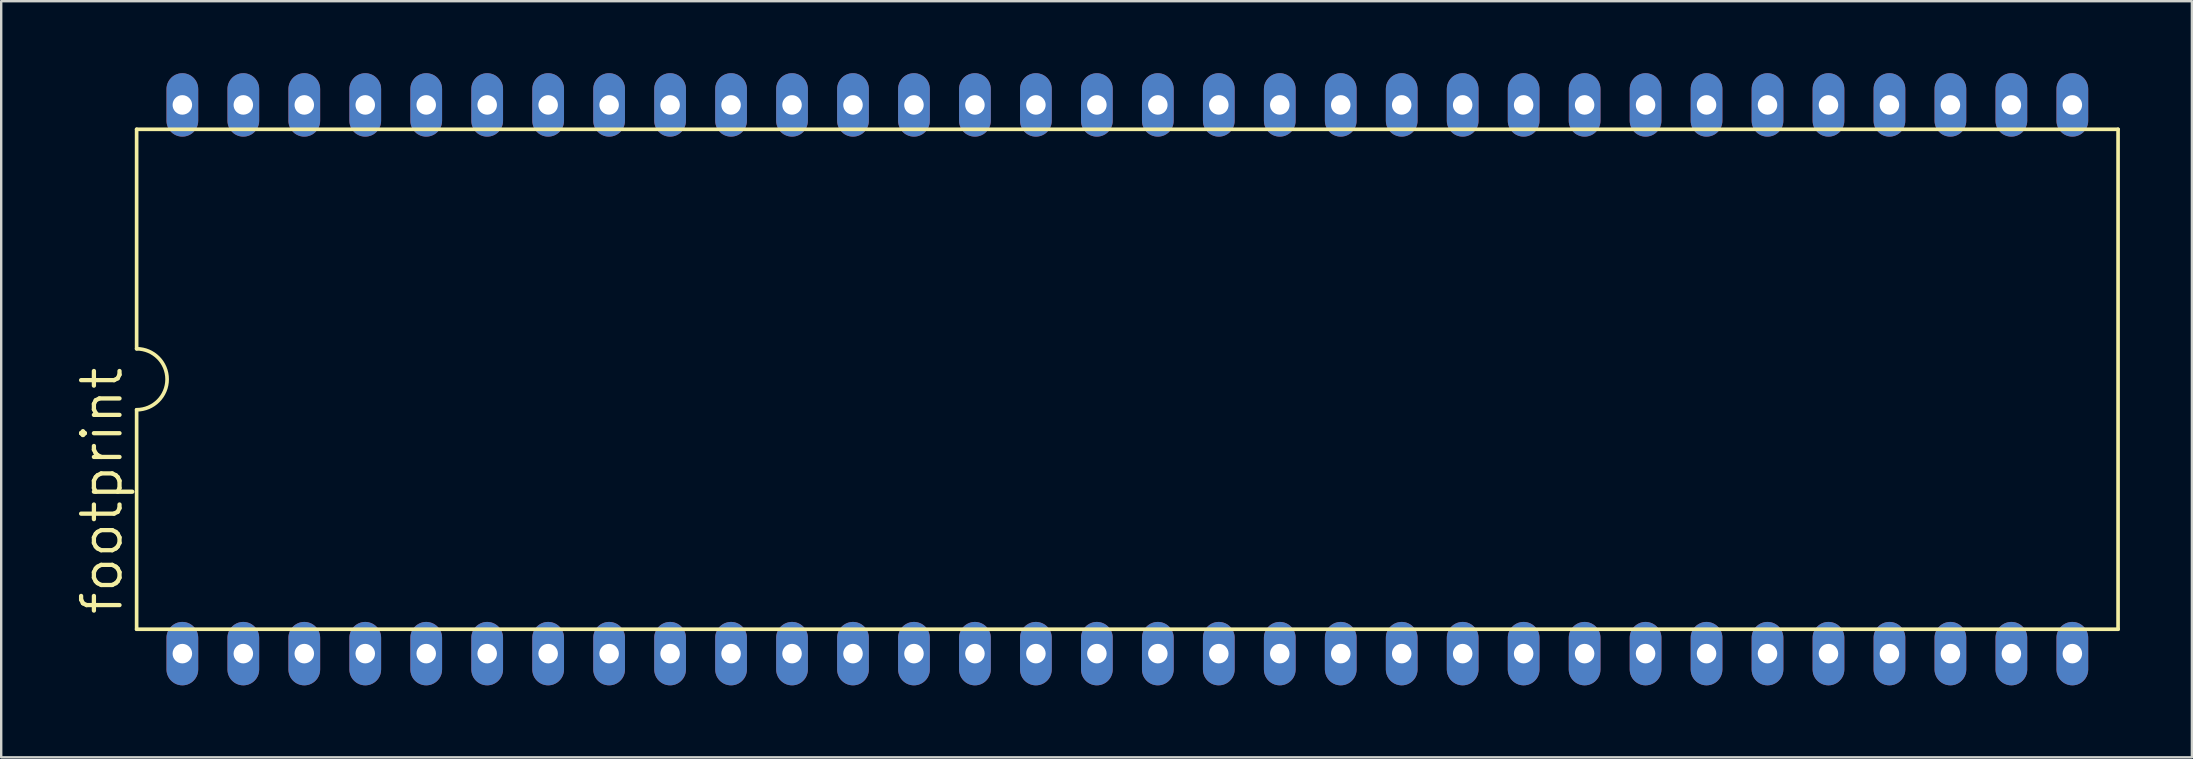
<source format=kicad_pcb>
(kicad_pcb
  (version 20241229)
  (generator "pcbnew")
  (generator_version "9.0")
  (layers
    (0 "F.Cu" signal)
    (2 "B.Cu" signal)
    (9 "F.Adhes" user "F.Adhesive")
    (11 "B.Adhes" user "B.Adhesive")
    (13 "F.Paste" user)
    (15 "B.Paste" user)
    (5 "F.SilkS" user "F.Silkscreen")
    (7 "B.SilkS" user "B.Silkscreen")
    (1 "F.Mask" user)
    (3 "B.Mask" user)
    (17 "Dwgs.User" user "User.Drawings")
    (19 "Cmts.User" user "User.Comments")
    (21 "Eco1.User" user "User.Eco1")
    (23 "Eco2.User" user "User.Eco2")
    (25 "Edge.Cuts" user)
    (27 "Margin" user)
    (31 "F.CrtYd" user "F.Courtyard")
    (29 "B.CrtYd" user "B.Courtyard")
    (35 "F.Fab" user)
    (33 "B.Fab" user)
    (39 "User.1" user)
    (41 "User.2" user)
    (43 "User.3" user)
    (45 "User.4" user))
  (footprint "footprint"
    (layer "F.Cu")
    (at 43.917 12.751)
    (property "Reference" "footprint" (at -41.783 9.906 90) (layer "F.SilkS") (effects (font (size 1.6 1.6) (thickness 0.178)) (justify left bottom)))
    (fp_line (start -41.275 -10.414) (end -41.275 -1.27) (stroke (width 0.152) (type solid)) (layer "F.SilkS"))
    (fp_line (start -41.275 -10.414) (end 41.275 -10.414) (stroke (width 0.152) (type solid)) (layer "F.SilkS"))
    (fp_line (start -41.275 1.27) (end -41.275 10.414) (stroke (width 0.152) (type solid)) (layer "F.SilkS"))
    (fp_line (start -41.275 10.414) (end 41.275 10.414) (stroke (width 0.152) (type solid)) (layer "F.SilkS"))
    (fp_line (start 41.275 10.414) (end 41.275 -10.414) (stroke (width 0.152) (type solid)) (layer "F.SilkS"))
    (fp_arc (start -41.275 -1.27) (mid -40.005 0) (end -41.275 1.27) (stroke (width 0.1524) (type solid)) (layer "F.SilkS"))
    (pad "1" thru_hole oval (at -39.37 11.43 90) (size 2.642 1.321) (drill 0.813) (layers "*.Cu" "*.Mask"))
    (pad "2" thru_hole oval (at -36.83 11.43 90) (size 2.642 1.321) (drill 0.813) (layers "*.Cu" "*.Mask"))
    (pad "3" thru_hole oval (at -34.29 11.43 90) (size 2.642 1.321) (drill 0.813) (layers "*.Cu" "*.Mask"))
    (pad "4" thru_hole oval (at -31.75 11.43 90) (size 2.642 1.321) (drill 0.813) (layers "*.Cu" "*.Mask"))
    (pad "5" thru_hole oval (at -29.21 11.43 90) (size 2.642 1.321) (drill 0.813) (layers "*.Cu" "*.Mask"))
    (pad "6" thru_hole oval (at -26.67 11.43 90) (size 2.642 1.321) (drill 0.813) (layers "*.Cu" "*.Mask"))
    (pad "7" thru_hole oval (at -24.13 11.43 90) (size 2.642 1.321) (drill 0.813) (layers "*.Cu" "*.Mask"))
    (pad "8" thru_hole oval (at -21.59 11.43 90) (size 2.642 1.321) (drill 0.813) (layers "*.Cu" "*.Mask"))
    (pad "9" thru_hole oval (at -19.05 11.43 90) (size 2.642 1.321) (drill 0.813) (layers "*.Cu" "*.Mask"))
    (pad "10" thru_hole oval (at -16.51 11.43 90) (size 2.642 1.321) (drill 0.813) (layers "*.Cu" "*.Mask"))
    (pad "11" thru_hole oval (at -13.97 11.43 90) (size 2.642 1.321) (drill 0.813) (layers "*.Cu" "*.Mask"))
    (pad "12" thru_hole oval (at -11.43 11.43 90) (size 2.642 1.321) (drill 0.813) (layers "*.Cu" "*.Mask"))
    (pad "13" thru_hole oval (at -8.89 11.43 90) (size 2.642 1.321) (drill 0.813) (layers "*.Cu" "*.Mask"))
    (pad "14" thru_hole oval (at -6.35 11.43 90) (size 2.642 1.321) (drill 0.813) (layers "*.Cu" "*.Mask"))
    (pad "15" thru_hole oval (at -3.81 11.43 90) (size 2.642 1.321) (drill 0.813) (layers "*.Cu" "*.Mask"))
    (pad "16" thru_hole oval (at -1.27 11.43 90) (size 2.642 1.321) (drill 0.813) (layers "*.Cu" "*.Mask"))
    (pad "17" thru_hole oval (at 1.27 11.43 90) (size 2.642 1.321) (drill 0.813) (layers "*.Cu" "*.Mask"))
    (pad "18" thru_hole oval (at 3.81 11.43 90) (size 2.642 1.321) (drill 0.813) (layers "*.Cu" "*.Mask"))
    (pad "19" thru_hole oval (at 6.35 11.43 90) (size 2.642 1.321) (drill 0.813) (layers "*.Cu" "*.Mask"))
    (pad "20" thru_hole oval (at 8.89 11.43 90) (size 2.642 1.321) (drill 0.813) (layers "*.Cu" "*.Mask"))
    (pad "21" thru_hole oval (at 11.43 11.43 90) (size 2.642 1.321) (drill 0.813) (layers "*.Cu" "*.Mask"))
    (pad "22" thru_hole oval (at 13.97 11.43 90) (size 2.642 1.321) (drill 0.813) (layers "*.Cu" "*.Mask"))
    (pad "23" thru_hole oval (at 16.51 11.43 90) (size 2.642 1.321) (drill 0.813) (layers "*.Cu" "*.Mask"))
    (pad "24" thru_hole oval (at 19.05 11.43 90) (size 2.642 1.321) (drill 0.813) (layers "*.Cu" "*.Mask"))
    (pad "25" thru_hole oval (at 21.59 11.43 90) (size 2.642 1.321) (drill 0.813) (layers "*.Cu" "*.Mask"))
    (pad "26" thru_hole oval (at 24.13 11.43 90) (size 2.642 1.321) (drill 0.813) (layers "*.Cu" "*.Mask"))
    (pad "27" thru_hole oval (at 26.67 11.43 90) (size 2.642 1.321) (drill 0.813) (layers "*.Cu" "*.Mask"))
    (pad "28" thru_hole oval (at 29.21 11.43 90) (size 2.642 1.321) (drill 0.813) (layers "*.Cu" "*.Mask"))
    (pad "29" thru_hole oval (at 31.75 11.43 90) (size 2.642 1.321) (drill 0.813) (layers "*.Cu" "*.Mask"))
    (pad "30" thru_hole oval (at 34.29 11.43 90) (size 2.642 1.321) (drill 0.813) (layers "*.Cu" "*.Mask"))
    (pad "31" thru_hole oval (at 36.83 11.43 90) (size 2.642 1.321) (drill 0.813) (layers "*.Cu" "*.Mask"))
    (pad "32" thru_hole oval (at 39.37 11.43 90) (size 2.642 1.321) (drill 0.813) (layers "*.Cu" "*.Mask"))
    (pad "33" thru_hole oval (at 39.37 -11.43 90) (size 2.642 1.321) (drill 0.813) (layers "*.Cu" "*.Mask"))
    (pad "34" thru_hole oval (at 36.83 -11.43 90) (size 2.642 1.321) (drill 0.813) (layers "*.Cu" "*.Mask"))
    (pad "35" thru_hole oval (at 34.29 -11.43 90) (size 2.642 1.321) (drill 0.813) (layers "*.Cu" "*.Mask"))
    (pad "36" thru_hole oval (at 31.75 -11.43 90) (size 2.642 1.321) (drill 0.813) (layers "*.Cu" "*.Mask"))
    (pad "37" thru_hole oval (at 29.21 -11.43 90) (size 2.642 1.321) (drill 0.813) (layers "*.Cu" "*.Mask"))
    (pad "38" thru_hole oval (at 26.67 -11.43 90) (size 2.642 1.321) (drill 0.813) (layers "*.Cu" "*.Mask"))
    (pad "39" thru_hole oval (at 24.13 -11.43 90) (size 2.642 1.321) (drill 0.813) (layers "*.Cu" "*.Mask"))
    (pad "40" thru_hole oval (at 21.59 -11.43 90) (size 2.642 1.321) (drill 0.813) (layers "*.Cu" "*.Mask"))
    (pad "41" thru_hole oval (at 19.05 -11.43 90) (size 2.642 1.321) (drill 0.813) (layers "*.Cu" "*.Mask"))
    (pad "42" thru_hole oval (at 16.51 -11.43 90) (size 2.642 1.321) (drill 0.813) (layers "*.Cu" "*.Mask"))
    (pad "43" thru_hole oval (at 13.97 -11.43 90) (size 2.642 1.321) (drill 0.813) (layers "*.Cu" "*.Mask"))
    (pad "44" thru_hole oval (at 11.43 -11.43 90) (size 2.642 1.321) (drill 0.813) (layers "*.Cu" "*.Mask"))
    (pad "45" thru_hole oval (at 8.89 -11.43 90) (size 2.642 1.321) (drill 0.813) (layers "*.Cu" "*.Mask"))
    (pad "46" thru_hole oval (at 6.35 -11.43 90) (size 2.642 1.321) (drill 0.813) (layers "*.Cu" "*.Mask"))
    (pad "47" thru_hole oval (at 3.81 -11.43 90) (size 2.642 1.321) (drill 0.813) (layers "*.Cu" "*.Mask"))
    (pad "48" thru_hole oval (at 1.27 -11.43 90) (size 2.642 1.321) (drill 0.813) (layers "*.Cu" "*.Mask"))
    (pad "49" thru_hole oval (at -1.27 -11.43 90) (size 2.642 1.321) (drill 0.813) (layers "*.Cu" "*.Mask"))
    (pad "50" thru_hole oval (at -3.81 -11.43 90) (size 2.642 1.321) (drill 0.813) (layers "*.Cu" "*.Mask"))
    (pad "51" thru_hole oval (at -6.35 -11.43 90) (size 2.642 1.321) (drill 0.813) (layers "*.Cu" "*.Mask"))
    (pad "52" thru_hole oval (at -8.89 -11.43 90) (size 2.642 1.321) (drill 0.813) (layers "*.Cu" "*.Mask"))
    (pad "53" thru_hole oval (at -11.43 -11.43 90) (size 2.642 1.321) (drill 0.813) (layers "*.Cu" "*.Mask"))
    (pad "54" thru_hole oval (at -13.97 -11.43 90) (size 2.642 1.321) (drill 0.813) (layers "*.Cu" "*.Mask"))
    (pad "55" thru_hole oval (at -16.51 -11.43 90) (size 2.642 1.321) (drill 0.813) (layers "*.Cu" "*.Mask"))
    (pad "56" thru_hole oval (at -19.05 -11.43 90) (size 2.642 1.321) (drill 0.813) (layers "*.Cu" "*.Mask"))
    (pad "57" thru_hole oval (at -21.59 -11.43 90) (size 2.642 1.321) (drill 0.813) (layers "*.Cu" "*.Mask"))
    (pad "58" thru_hole oval (at -24.13 -11.43 90) (size 2.642 1.321) (drill 0.813) (layers "*.Cu" "*.Mask"))
    (pad "59" thru_hole oval (at -26.67 -11.43 90) (size 2.642 1.321) (drill 0.813) (layers "*.Cu" "*.Mask"))
    (pad "60" thru_hole oval (at -29.21 -11.43 90) (size 2.642 1.321) (drill 0.813) (layers "*.Cu" "*.Mask"))
    (pad "61" thru_hole oval (at -31.75 -11.43 90) (size 2.642 1.321) (drill 0.813) (layers "*.Cu" "*.Mask"))
    (pad "62" thru_hole oval (at -34.29 -11.43 90) (size 2.642 1.321) (drill 0.813) (layers "*.Cu" "*.Mask"))
    (pad "63" thru_hole oval (at -36.83 -11.43 90) (size 2.642 1.321) (drill 0.813) (layers "*.Cu" "*.Mask"))
    (pad "64" thru_hole oval (at -39.37 -11.43 90) (size 2.642 1.321) (drill 0.813) (layers "*.Cu" "*.Mask")))
  (gr_rect
    (start -3 -3)
    (end 88.268 28.502)
    (stroke (width 0.1) (type default))
    (fill no)
    (layer "Edge.Cuts")))
</source>
